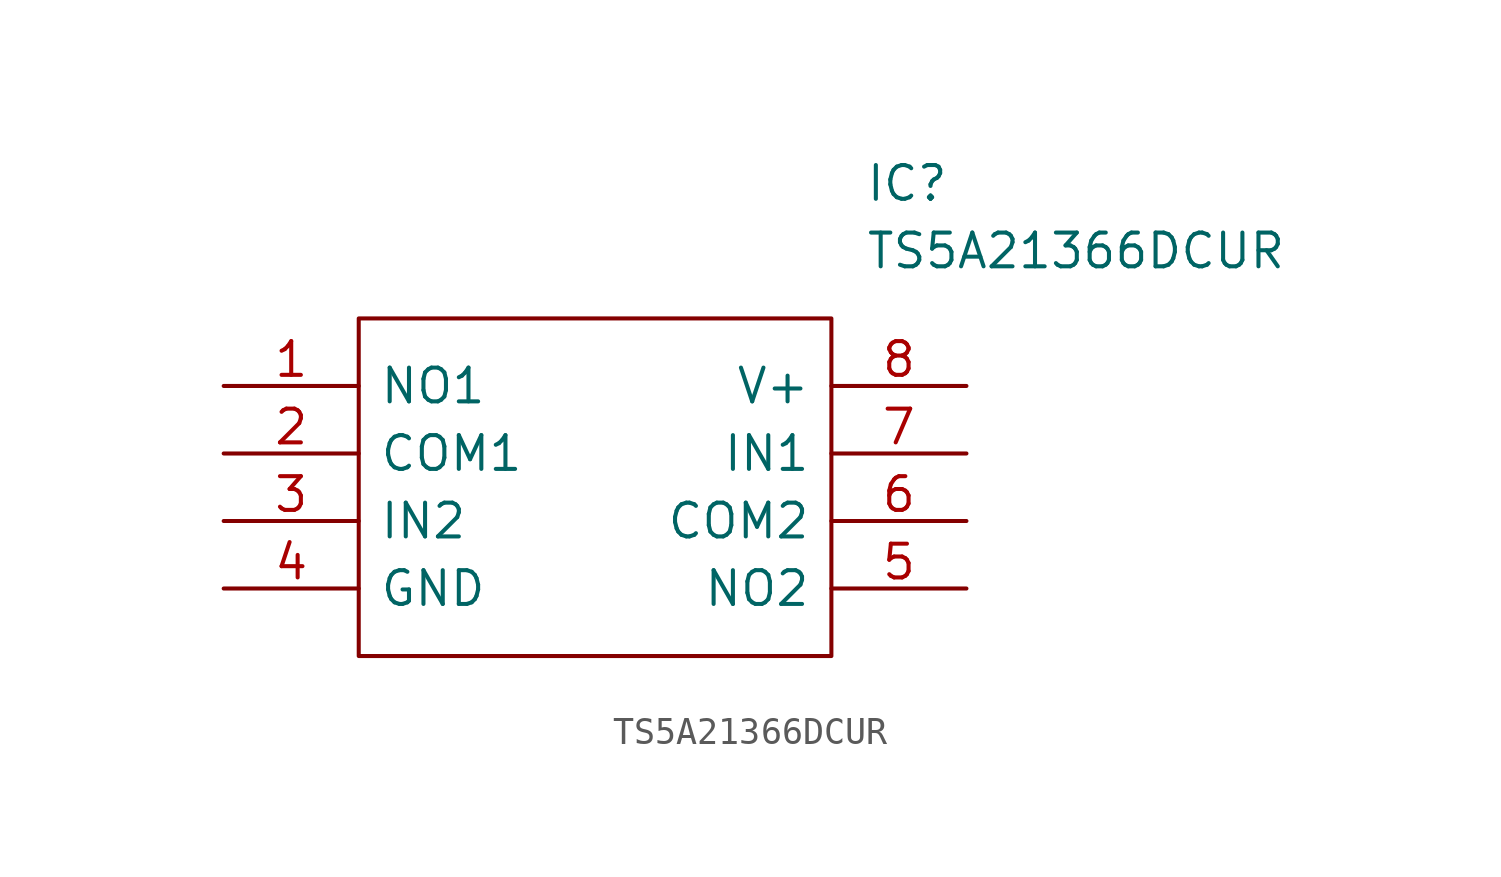
<source format=kicad_sym>
(kicad_symbol_lib
  (version 20211014)
  (generator kicad_symbol_editor)
  (symbol "TS5A21366DCUR"
    (pin_names
      (offset 0.762))
    (property "Reference" "IC"
      (at 24.13 7.62 0)
      (effects (font (size 1.27 1.27)) (justify left)))
    (property "Value" "TS5A21366DCUR"
      (at 24.13 5.08 0)
      (effects (font (size 1.27 1.27)) (justify left)))
    (symbol "TS5A21366DCUR_0_0"
      (pin passive line (at 0 0 0) (length 5.08) (name "NO1" (effects (font (size 1.27 1.27)))) (number "1" (effects (font (size 1.27 1.27)))))
      (pin passive line (at 0 -2.54 0) (length 5.08) (name "COM1" (effects (font (size 1.27 1.27)))) (number "2" (effects (font (size 1.27 1.27)))))
      (pin passive line (at 0 -5.08 0) (length 5.08) (name "IN2" (effects (font (size 1.27 1.27)))) (number "3" (effects (font (size 1.27 1.27)))))
      (pin passive line (at 0 -7.62 0) (length 5.08) (name "GND" (effects (font (size 1.27 1.27)))) (number "4" (effects (font (size 1.27 1.27)))))
      (pin passive line (at 27.94 -7.62 180) (length 5.08) (name "NO2" (effects (font (size 1.27 1.27)))) (number "5" (effects (font (size 1.27 1.27)))))
      (pin passive line (at 27.94 -5.08 180) (length 5.08) (name "COM2" (effects (font (size 1.27 1.27)))) (number "6" (effects (font (size 1.27 1.27)))))
      (pin passive line (at 27.94 -2.54 180) (length 5.08) (name "IN1" (effects (font (size 1.27 1.27)))) (number "7" (effects (font (size 1.27 1.27)))))
      (pin passive line (at 27.94 0 180) (length 5.08) (name "V+" (effects (font (size 1.27 1.27)))) (number "8" (effects (font (size 1.27 1.27))))))
    (symbol "TS5A21366DCUR_0_1"
      (polyline (pts (xy 5.08 2.54) (xy 22.86 2.54) (xy 22.86 -10.16) (xy 5.08 -10.16) (xy 5.08 2.54)) (stroke (width 0.152) (type default) (color 0 0 0 0)) (fill (type none))))))
</source>
